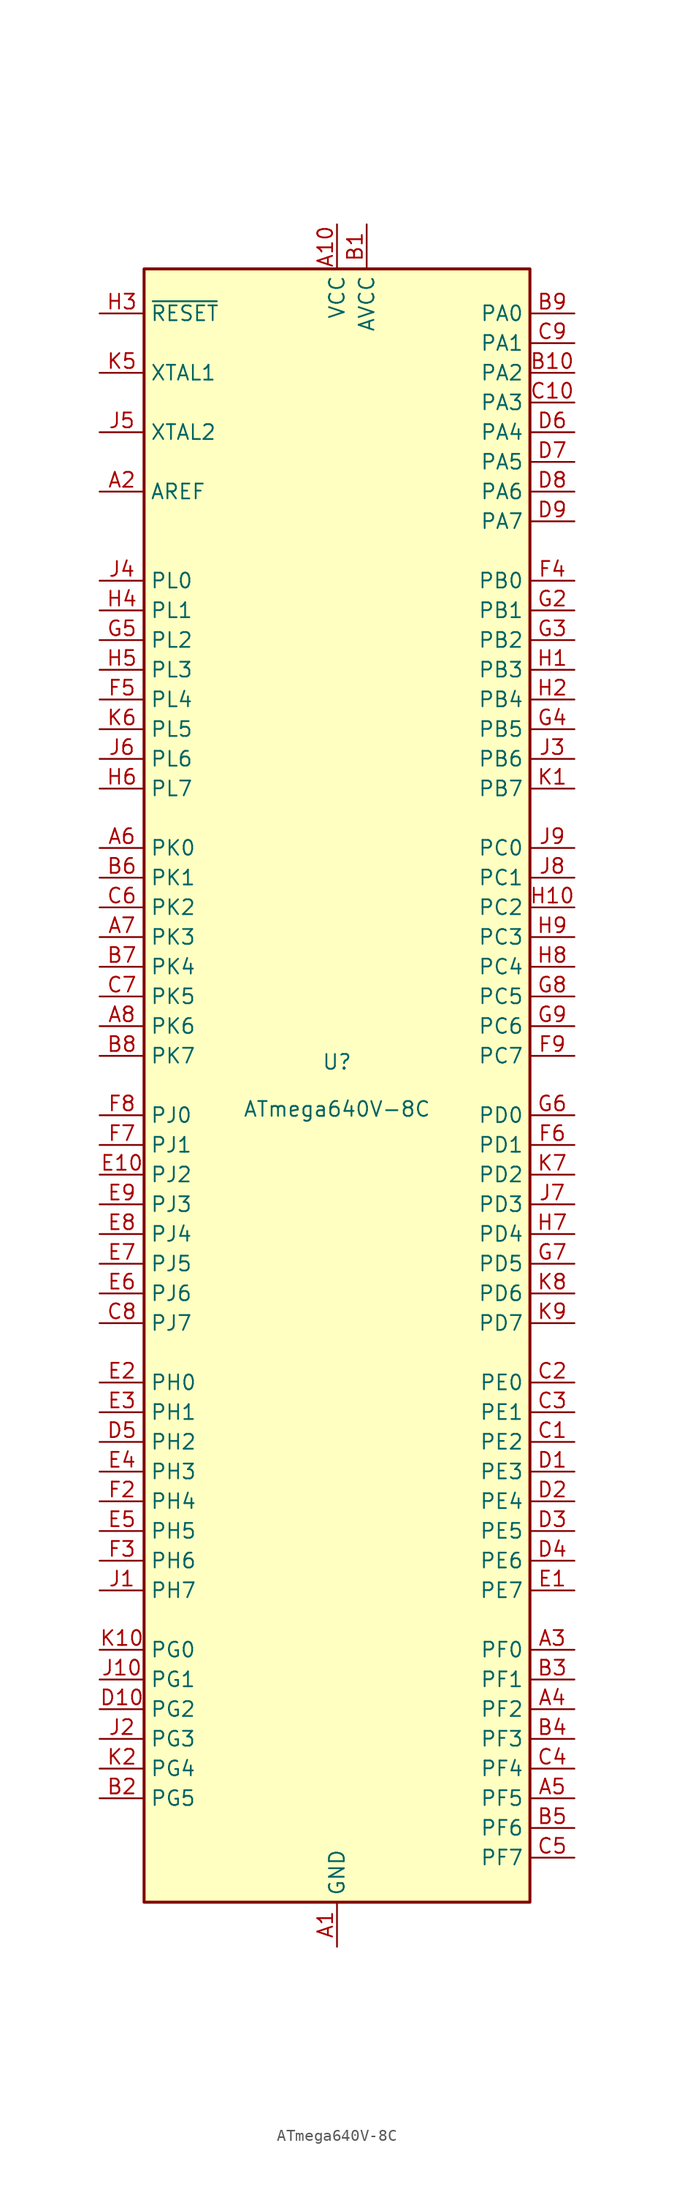
<source format=kicad_sym>
(kicad_symbol_lib
  (version 20220914)
  (generator kicad_symbol_editor)
  (symbol "ATmega640V-8C"
    (property "Reference" "U"
      (at 0 1.27 0)
      (effects (font (size 1.27 1.27)) (justify bottom)))
    (property "Value" "ATmega640V-8C"
      (at 0 -1.27 0)
      (effects (font (size 1.27 1.27)) (justify top)))
    (symbol "ATmega640V-8C_0_1"
      (rectangle (start -16.51 -69.85) (end 16.51 69.85) (stroke (width 0.254) (type default)) (fill (type background))))
    (symbol "ATmega640V-8C_1_1"
      (pin power_in line (at 0 -73.66 90) (length 3.81) (name "GND" (effects (font (size 1.27 1.27)))) (number "A1" (effects (font (size 1.27 1.27)))))
      (pin power_in line (at 0 73.66 270) (length 3.81) (name "VCC" (effects (font (size 1.27 1.27)))) (number "A10" (effects (font (size 1.27 1.27)))))
      (pin passive line (at -20.32 50.8 0) (length 3.81) (name "AREF" (effects (font (size 1.27 1.27)))) (number "A2" (effects (font (size 1.27 1.27)))))
      (pin bidirectional line (at 20.32 -48.26 180) (length 3.81) (name "PF0" (effects (font (size 1.27 1.27)))) (number "A3" (effects (font (size 1.27 1.27)))))
      (pin bidirectional line (at 20.32 -53.34 180) (length 3.81) (name "PF2" (effects (font (size 1.27 1.27)))) (number "A4" (effects (font (size 1.27 1.27)))))
      (pin bidirectional line (at 20.32 -60.96 180) (length 3.81) (name "PF5" (effects (font (size 1.27 1.27)))) (number "A5" (effects (font (size 1.27 1.27)))))
      (pin bidirectional line (at -20.32 20.32 0) (length 3.81) (name "PK0" (effects (font (size 1.27 1.27)))) (number "A6" (effects (font (size 1.27 1.27)))))
      (pin bidirectional line (at -20.32 12.7 0) (length 3.81) (name "PK3" (effects (font (size 1.27 1.27)))) (number "A7" (effects (font (size 1.27 1.27)))))
      (pin bidirectional line (at -20.32 5.08 0) (length 3.81) (name "PK6" (effects (font (size 1.27 1.27)))) (number "A8" (effects (font (size 1.27 1.27)))))
      (pin passive line (at 0 -73.66 90) (length 3.81) hide (name "GND" (effects (font (size 1.27 1.27)))) (number "A9" (effects (font (size 1.27 1.27)))))
      (pin power_in line (at 2.54 73.66 270) (length 3.81) (name "AVCC" (effects (font (size 1.27 1.27)))) (number "B1" (effects (font (size 1.27 1.27)))))
      (pin bidirectional line (at 20.32 60.96 180) (length 3.81) (name "PA2" (effects (font (size 1.27 1.27)))) (number "B10" (effects (font (size 1.27 1.27)))))
      (pin bidirectional line (at -20.32 -60.96 0) (length 3.81) (name "PG5" (effects (font (size 1.27 1.27)))) (number "B2" (effects (font (size 1.27 1.27)))))
      (pin bidirectional line (at 20.32 -50.8 180) (length 3.81) (name "PF1" (effects (font (size 1.27 1.27)))) (number "B3" (effects (font (size 1.27 1.27)))))
      (pin bidirectional line (at 20.32 -55.88 180) (length 3.81) (name "PF3" (effects (font (size 1.27 1.27)))) (number "B4" (effects (font (size 1.27 1.27)))))
      (pin bidirectional line (at 20.32 -63.5 180) (length 3.81) (name "PF6" (effects (font (size 1.27 1.27)))) (number "B5" (effects (font (size 1.27 1.27)))))
      (pin bidirectional line (at -20.32 17.78 0) (length 3.81) (name "PK1" (effects (font (size 1.27 1.27)))) (number "B6" (effects (font (size 1.27 1.27)))))
      (pin bidirectional line (at -20.32 10.16 0) (length 3.81) (name "PK4" (effects (font (size 1.27 1.27)))) (number "B7" (effects (font (size 1.27 1.27)))))
      (pin bidirectional line (at -20.32 2.54 0) (length 3.81) (name "PK7" (effects (font (size 1.27 1.27)))) (number "B8" (effects (font (size 1.27 1.27)))))
      (pin bidirectional line (at 20.32 66.04 180) (length 3.81) (name "PA0" (effects (font (size 1.27 1.27)))) (number "B9" (effects (font (size 1.27 1.27)))))
      (pin bidirectional line (at 20.32 -30.48 180) (length 3.81) (name "PE2" (effects (font (size 1.27 1.27)))) (number "C1" (effects (font (size 1.27 1.27)))))
      (pin bidirectional line (at 20.32 58.42 180) (length 3.81) (name "PA3" (effects (font (size 1.27 1.27)))) (number "C10" (effects (font (size 1.27 1.27)))))
      (pin bidirectional line (at 20.32 -25.4 180) (length 3.81) (name "PE0" (effects (font (size 1.27 1.27)))) (number "C2" (effects (font (size 1.27 1.27)))))
      (pin bidirectional line (at 20.32 -27.94 180) (length 3.81) (name "PE1" (effects (font (size 1.27 1.27)))) (number "C3" (effects (font (size 1.27 1.27)))))
      (pin bidirectional line (at 20.32 -58.42 180) (length 3.81) (name "PF4" (effects (font (size 1.27 1.27)))) (number "C4" (effects (font (size 1.27 1.27)))))
      (pin bidirectional line (at 20.32 -66.04 180) (length 3.81) (name "PF7" (effects (font (size 1.27 1.27)))) (number "C5" (effects (font (size 1.27 1.27)))))
      (pin bidirectional line (at -20.32 15.24 0) (length 3.81) (name "PK2" (effects (font (size 1.27 1.27)))) (number "C6" (effects (font (size 1.27 1.27)))))
      (pin bidirectional line (at -20.32 7.62 0) (length 3.81) (name "PK5" (effects (font (size 1.27 1.27)))) (number "C7" (effects (font (size 1.27 1.27)))))
      (pin bidirectional line (at -20.32 -20.32 0) (length 3.81) (name "PJ7" (effects (font (size 1.27 1.27)))) (number "C8" (effects (font (size 1.27 1.27)))))
      (pin bidirectional line (at 20.32 63.5 180) (length 3.81) (name "PA1" (effects (font (size 1.27 1.27)))) (number "C9" (effects (font (size 1.27 1.27)))))
      (pin bidirectional line (at 20.32 -33.02 180) (length 3.81) (name "PE3" (effects (font (size 1.27 1.27)))) (number "D1" (effects (font (size 1.27 1.27)))))
      (pin bidirectional line (at -20.32 -53.34 0) (length 3.81) (name "PG2" (effects (font (size 1.27 1.27)))) (number "D10" (effects (font (size 1.27 1.27)))))
      (pin bidirectional line (at 20.32 -35.56 180) (length 3.81) (name "PE4" (effects (font (size 1.27 1.27)))) (number "D2" (effects (font (size 1.27 1.27)))))
      (pin bidirectional line (at 20.32 -38.1 180) (length 3.81) (name "PE5" (effects (font (size 1.27 1.27)))) (number "D3" (effects (font (size 1.27 1.27)))))
      (pin bidirectional line (at 20.32 -40.64 180) (length 3.81) (name "PE6" (effects (font (size 1.27 1.27)))) (number "D4" (effects (font (size 1.27 1.27)))))
      (pin bidirectional line (at -20.32 -30.48 0) (length 3.81) (name "PH2" (effects (font (size 1.27 1.27)))) (number "D5" (effects (font (size 1.27 1.27)))))
      (pin bidirectional line (at 20.32 55.88 180) (length 3.81) (name "PA4" (effects (font (size 1.27 1.27)))) (number "D6" (effects (font (size 1.27 1.27)))))
      (pin bidirectional line (at 20.32 53.34 180) (length 3.81) (name "PA5" (effects (font (size 1.27 1.27)))) (number "D7" (effects (font (size 1.27 1.27)))))
      (pin bidirectional line (at 20.32 50.8 180) (length 3.81) (name "PA6" (effects (font (size 1.27 1.27)))) (number "D8" (effects (font (size 1.27 1.27)))))
      (pin bidirectional line (at 20.32 48.26 180) (length 3.81) (name "PA7" (effects (font (size 1.27 1.27)))) (number "D9" (effects (font (size 1.27 1.27)))))
      (pin bidirectional line (at 20.32 -43.18 180) (length 3.81) (name "PE7" (effects (font (size 1.27 1.27)))) (number "E1" (effects (font (size 1.27 1.27)))))
      (pin bidirectional line (at -20.32 -7.62 0) (length 3.81) (name "PJ2" (effects (font (size 1.27 1.27)))) (number "E10" (effects (font (size 1.27 1.27)))))
      (pin bidirectional line (at -20.32 -25.4 0) (length 3.81) (name "PH0" (effects (font (size 1.27 1.27)))) (number "E2" (effects (font (size 1.27 1.27)))))
      (pin bidirectional line (at -20.32 -27.94 0) (length 3.81) (name "PH1" (effects (font (size 1.27 1.27)))) (number "E3" (effects (font (size 1.27 1.27)))))
      (pin bidirectional line (at -20.32 -33.02 0) (length 3.81) (name "PH3" (effects (font (size 1.27 1.27)))) (number "E4" (effects (font (size 1.27 1.27)))))
      (pin bidirectional line (at -20.32 -38.1 0) (length 3.81) (name "PH5" (effects (font (size 1.27 1.27)))) (number "E5" (effects (font (size 1.27 1.27)))))
      (pin bidirectional line (at -20.32 -17.78 0) (length 3.81) (name "PJ6" (effects (font (size 1.27 1.27)))) (number "E6" (effects (font (size 1.27 1.27)))))
      (pin bidirectional line (at -20.32 -15.24 0) (length 3.81) (name "PJ5" (effects (font (size 1.27 1.27)))) (number "E7" (effects (font (size 1.27 1.27)))))
      (pin bidirectional line (at -20.32 -12.7 0) (length 3.81) (name "PJ4" (effects (font (size 1.27 1.27)))) (number "E8" (effects (font (size 1.27 1.27)))))
      (pin bidirectional line (at -20.32 -10.16 0) (length 3.81) (name "PJ3" (effects (font (size 1.27 1.27)))) (number "E9" (effects (font (size 1.27 1.27)))))
      (pin passive line (at 0 73.66 270) (length 3.81) hide (name "VCC" (effects (font (size 1.27 1.27)))) (number "F1" (effects (font (size 1.27 1.27)))))
      (pin passive line (at 0 -73.66 90) (length 3.81) hide (name "GND" (effects (font (size 1.27 1.27)))) (number "F10" (effects (font (size 1.27 1.27)))))
      (pin bidirectional line (at -20.32 -35.56 0) (length 3.81) (name "PH4" (effects (font (size 1.27 1.27)))) (number "F2" (effects (font (size 1.27 1.27)))))
      (pin bidirectional line (at -20.32 -40.64 0) (length 3.81) (name "PH6" (effects (font (size 1.27 1.27)))) (number "F3" (effects (font (size 1.27 1.27)))))
      (pin bidirectional line (at 20.32 43.18 180) (length 3.81) (name "PB0" (effects (font (size 1.27 1.27)))) (number "F4" (effects (font (size 1.27 1.27)))))
      (pin bidirectional line (at -20.32 33.02 0) (length 3.81) (name "PL4" (effects (font (size 1.27 1.27)))) (number "F5" (effects (font (size 1.27 1.27)))))
      (pin bidirectional line (at 20.32 -5.08 180) (length 3.81) (name "PD1" (effects (font (size 1.27 1.27)))) (number "F6" (effects (font (size 1.27 1.27)))))
      (pin bidirectional line (at -20.32 -5.08 0) (length 3.81) (name "PJ1" (effects (font (size 1.27 1.27)))) (number "F7" (effects (font (size 1.27 1.27)))))
      (pin bidirectional line (at -20.32 -2.54 0) (length 3.81) (name "PJ0" (effects (font (size 1.27 1.27)))) (number "F8" (effects (font (size 1.27 1.27)))))
      (pin bidirectional line (at 20.32 2.54 180) (length 3.81) (name "PC7" (effects (font (size 1.27 1.27)))) (number "F9" (effects (font (size 1.27 1.27)))))
      (pin passive line (at 0 -73.66 90) (length 3.81) hide (name "GND" (effects (font (size 1.27 1.27)))) (number "G1" (effects (font (size 1.27 1.27)))))
      (pin passive line (at 0 73.66 270) (length 3.81) hide (name "VCC" (effects (font (size 1.27 1.27)))) (number "G10" (effects (font (size 1.27 1.27)))))
      (pin bidirectional line (at 20.32 40.64 180) (length 3.81) (name "PB1" (effects (font (size 1.27 1.27)))) (number "G2" (effects (font (size 1.27 1.27)))))
      (pin bidirectional line (at 20.32 38.1 180) (length 3.81) (name "PB2" (effects (font (size 1.27 1.27)))) (number "G3" (effects (font (size 1.27 1.27)))))
      (pin bidirectional line (at 20.32 30.48 180) (length 3.81) (name "PB5" (effects (font (size 1.27 1.27)))) (number "G4" (effects (font (size 1.27 1.27)))))
      (pin bidirectional line (at -20.32 38.1 0) (length 3.81) (name "PL2" (effects (font (size 1.27 1.27)))) (number "G5" (effects (font (size 1.27 1.27)))))
      (pin bidirectional line (at 20.32 -2.54 180) (length 3.81) (name "PD0" (effects (font (size 1.27 1.27)))) (number "G6" (effects (font (size 1.27 1.27)))))
      (pin bidirectional line (at 20.32 -15.24 180) (length 3.81) (name "PD5" (effects (font (size 1.27 1.27)))) (number "G7" (effects (font (size 1.27 1.27)))))
      (pin bidirectional line (at 20.32 7.62 180) (length 3.81) (name "PC5" (effects (font (size 1.27 1.27)))) (number "G8" (effects (font (size 1.27 1.27)))))
      (pin bidirectional line (at 20.32 5.08 180) (length 3.81) (name "PC6" (effects (font (size 1.27 1.27)))) (number "G9" (effects (font (size 1.27 1.27)))))
      (pin bidirectional line (at 20.32 35.56 180) (length 3.81) (name "PB3" (effects (font (size 1.27 1.27)))) (number "H1" (effects (font (size 1.27 1.27)))))
      (pin bidirectional line (at 20.32 15.24 180) (length 3.81) (name "PC2" (effects (font (size 1.27 1.27)))) (number "H10" (effects (font (size 1.27 1.27)))))
      (pin bidirectional line (at 20.32 33.02 180) (length 3.81) (name "PB4" (effects (font (size 1.27 1.27)))) (number "H2" (effects (font (size 1.27 1.27)))))
      (pin input line (at -20.32 66.04 0) (length 3.81) (name "~{RESET}" (effects (font (size 1.27 1.27)))) (number "H3" (effects (font (size 1.27 1.27)))))
      (pin bidirectional line (at -20.32 40.64 0) (length 3.81) (name "PL1" (effects (font (size 1.27 1.27)))) (number "H4" (effects (font (size 1.27 1.27)))))
      (pin bidirectional line (at -20.32 35.56 0) (length 3.81) (name "PL3" (effects (font (size 1.27 1.27)))) (number "H5" (effects (font (size 1.27 1.27)))))
      (pin bidirectional line (at -20.32 25.4 0) (length 3.81) (name "PL7" (effects (font (size 1.27 1.27)))) (number "H6" (effects (font (size 1.27 1.27)))))
      (pin bidirectional line (at 20.32 -12.7 180) (length 3.81) (name "PD4" (effects (font (size 1.27 1.27)))) (number "H7" (effects (font (size 1.27 1.27)))))
      (pin bidirectional line (at 20.32 10.16 180) (length 3.81) (name "PC4" (effects (font (size 1.27 1.27)))) (number "H8" (effects (font (size 1.27 1.27)))))
      (pin bidirectional line (at 20.32 12.7 180) (length 3.81) (name "PC3" (effects (font (size 1.27 1.27)))) (number "H9" (effects (font (size 1.27 1.27)))))
      (pin bidirectional line (at -20.32 -43.18 0) (length 3.81) (name "PH7" (effects (font (size 1.27 1.27)))) (number "J1" (effects (font (size 1.27 1.27)))))
      (pin bidirectional line (at -20.32 -50.8 0) (length 3.81) (name "PG1" (effects (font (size 1.27 1.27)))) (number "J10" (effects (font (size 1.27 1.27)))))
      (pin bidirectional line (at -20.32 -55.88 0) (length 3.81) (name "PG3" (effects (font (size 1.27 1.27)))) (number "J2" (effects (font (size 1.27 1.27)))))
      (pin bidirectional line (at 20.32 27.94 180) (length 3.81) (name "PB6" (effects (font (size 1.27 1.27)))) (number "J3" (effects (font (size 1.27 1.27)))))
      (pin bidirectional line (at -20.32 43.18 0) (length 3.81) (name "PL0" (effects (font (size 1.27 1.27)))) (number "J4" (effects (font (size 1.27 1.27)))))
      (pin output line (at -20.32 55.88 0) (length 3.81) (name "XTAL2" (effects (font (size 1.27 1.27)))) (number "J5" (effects (font (size 1.27 1.27)))))
      (pin bidirectional line (at -20.32 27.94 0) (length 3.81) (name "PL6" (effects (font (size 1.27 1.27)))) (number "J6" (effects (font (size 1.27 1.27)))))
      (pin bidirectional line (at 20.32 -10.16 180) (length 3.81) (name "PD3" (effects (font (size 1.27 1.27)))) (number "J7" (effects (font (size 1.27 1.27)))))
      (pin bidirectional line (at 20.32 17.78 180) (length 3.81) (name "PC1" (effects (font (size 1.27 1.27)))) (number "J8" (effects (font (size 1.27 1.27)))))
      (pin bidirectional line (at 20.32 20.32 180) (length 3.81) (name "PC0" (effects (font (size 1.27 1.27)))) (number "J9" (effects (font (size 1.27 1.27)))))
      (pin bidirectional line (at 20.32 25.4 180) (length 3.81) (name "PB7" (effects (font (size 1.27 1.27)))) (number "K1" (effects (font (size 1.27 1.27)))))
      (pin bidirectional line (at -20.32 -48.26 0) (length 3.81) (name "PG0" (effects (font (size 1.27 1.27)))) (number "K10" (effects (font (size 1.27 1.27)))))
      (pin bidirectional line (at -20.32 -58.42 0) (length 3.81) (name "PG4" (effects (font (size 1.27 1.27)))) (number "K2" (effects (font (size 1.27 1.27)))))
      (pin passive line (at 0 73.66 270) (length 3.81) hide (name "VCC" (effects (font (size 1.27 1.27)))) (number "K3" (effects (font (size 1.27 1.27)))))
      (pin passive line (at 0 -73.66 90) (length 3.81) hide (name "GND" (effects (font (size 1.27 1.27)))) (number "K4" (effects (font (size 1.27 1.27)))))
      (pin input line (at -20.32 60.96 0) (length 3.81) (name "XTAL1" (effects (font (size 1.27 1.27)))) (number "K5" (effects (font (size 1.27 1.27)))))
      (pin bidirectional line (at -20.32 30.48 0) (length 3.81) (name "PL5" (effects (font (size 1.27 1.27)))) (number "K6" (effects (font (size 1.27 1.27)))))
      (pin bidirectional line (at 20.32 -7.62 180) (length 3.81) (name "PD2" (effects (font (size 1.27 1.27)))) (number "K7" (effects (font (size 1.27 1.27)))))
      (pin bidirectional line (at 20.32 -17.78 180) (length 3.81) (name "PD6" (effects (font (size 1.27 1.27)))) (number "K8" (effects (font (size 1.27 1.27)))))
      (pin bidirectional line (at 20.32 -20.32 180) (length 3.81) (name "PD7" (effects (font (size 1.27 1.27)))) (number "K9" (effects (font (size 1.27 1.27))))))))
</source>
